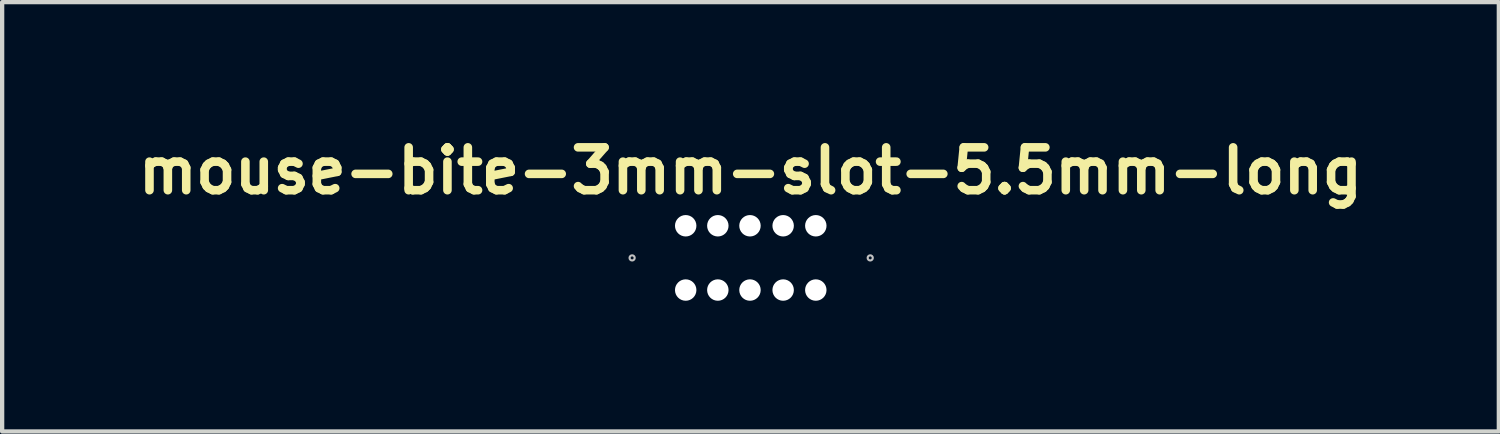
<source format=kicad_pcb>
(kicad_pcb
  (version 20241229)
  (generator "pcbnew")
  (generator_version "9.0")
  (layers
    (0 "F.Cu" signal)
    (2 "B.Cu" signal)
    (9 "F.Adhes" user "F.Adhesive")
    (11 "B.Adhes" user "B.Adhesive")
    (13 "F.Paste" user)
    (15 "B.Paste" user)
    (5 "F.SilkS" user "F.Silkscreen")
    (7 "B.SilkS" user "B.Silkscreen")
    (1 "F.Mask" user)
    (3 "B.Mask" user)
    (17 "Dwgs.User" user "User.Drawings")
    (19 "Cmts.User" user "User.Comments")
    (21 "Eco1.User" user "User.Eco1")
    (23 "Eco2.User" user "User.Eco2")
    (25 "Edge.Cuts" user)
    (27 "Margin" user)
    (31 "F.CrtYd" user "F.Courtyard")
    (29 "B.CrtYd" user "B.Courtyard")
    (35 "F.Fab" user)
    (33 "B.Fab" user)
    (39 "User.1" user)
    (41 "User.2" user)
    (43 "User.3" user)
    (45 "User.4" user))
  (footprint "mouse-bite-3mm-slot-5.5mm-long"
    (layer "F.Cu")
    (at 14.462 2.968)
    (property "Reference" "mouse-bite-3mm-slot-5.5mm-long" (at 0 -2.032 0) (layer "F.SilkS") (effects (font (size 1 1) (thickness 0.2))))
    (attr through_hole)
    (fp_circle (center -2.762 0) (end -2.762 -0.06) (stroke (width 0.05) (type solid)) (fill no) (layer "Dwgs.User"))
    (fp_circle (center 2.794 0) (end 2.854 0) (stroke (width 0.05) (type solid)) (fill no) (layer "Dwgs.User"))
    (fp_line (start -2.762 0) (end -2.762 0) (stroke (width 2) (type solid)) (layer "Eco1.User"))
    (fp_line (start 2.762 0) (end 2.762 0) (stroke (width 2) (type solid)) (layer "Eco1.User"))
    (fp_arc (start -2.762 -1) (mid -1.762 0) (end -2.762 1) (stroke (width 0.1) (type solid)) (layer "Eco2.User"))
    (fp_arc (start 2.762 1) (mid 1.762 0) (end 2.762 -1) (stroke (width 0.1) (type solid)) (layer "Eco2.User"))
    (pad "" np_thru_hole circle (at -1.512 -0.75) (size 0.5 0.5) (drill 0.5) (layers "*.Cu" "*.Mask"))
    (pad "" np_thru_hole circle (at -1.512 0.75) (size 0.5 0.5) (drill 0.5) (layers "*.Cu" "*.Mask"))
    (pad "" np_thru_hole circle (at -0.762 -0.75) (size 0.5 0.5) (drill 0.5) (layers "*.Cu" "*.Mask"))
    (pad "" np_thru_hole circle (at -0.762 0.75) (size 0.5 0.5) (drill 0.5) (layers "*.Cu" "*.Mask"))
    (pad "" np_thru_hole circle (at -0.012 -0.75) (size 0.5 0.5) (drill 0.5) (layers "*.Cu" "*.Mask"))
    (pad "" np_thru_hole circle (at -0.012 0.75) (size 0.5 0.5) (drill 0.5) (layers "*.Cu" "*.Mask"))
    (pad "" np_thru_hole circle (at 0.762 -0.75) (size 0.5 0.5) (drill 0.5) (layers "*.Cu" "*.Mask"))
    (pad "" np_thru_hole circle (at 0.762 0.75) (size 0.5 0.5) (drill 0.5) (layers "*.Cu" "*.Mask"))
    (pad "" np_thru_hole circle (at 1.524 -0.75) (size 0.5 0.5) (drill 0.5) (layers "*.Cu" "*.Mask"))
    (pad "" np_thru_hole circle (at 1.524 0.75) (size 0.5 0.5) (drill 0.5) (layers "*.Cu" "*.Mask")))
  (gr_rect
    (start -3 -3)
    (end 31.924 7.018)
    (stroke (width 0.1) (type default))
    (fill no)
    (layer "Edge.Cuts")))
</source>
